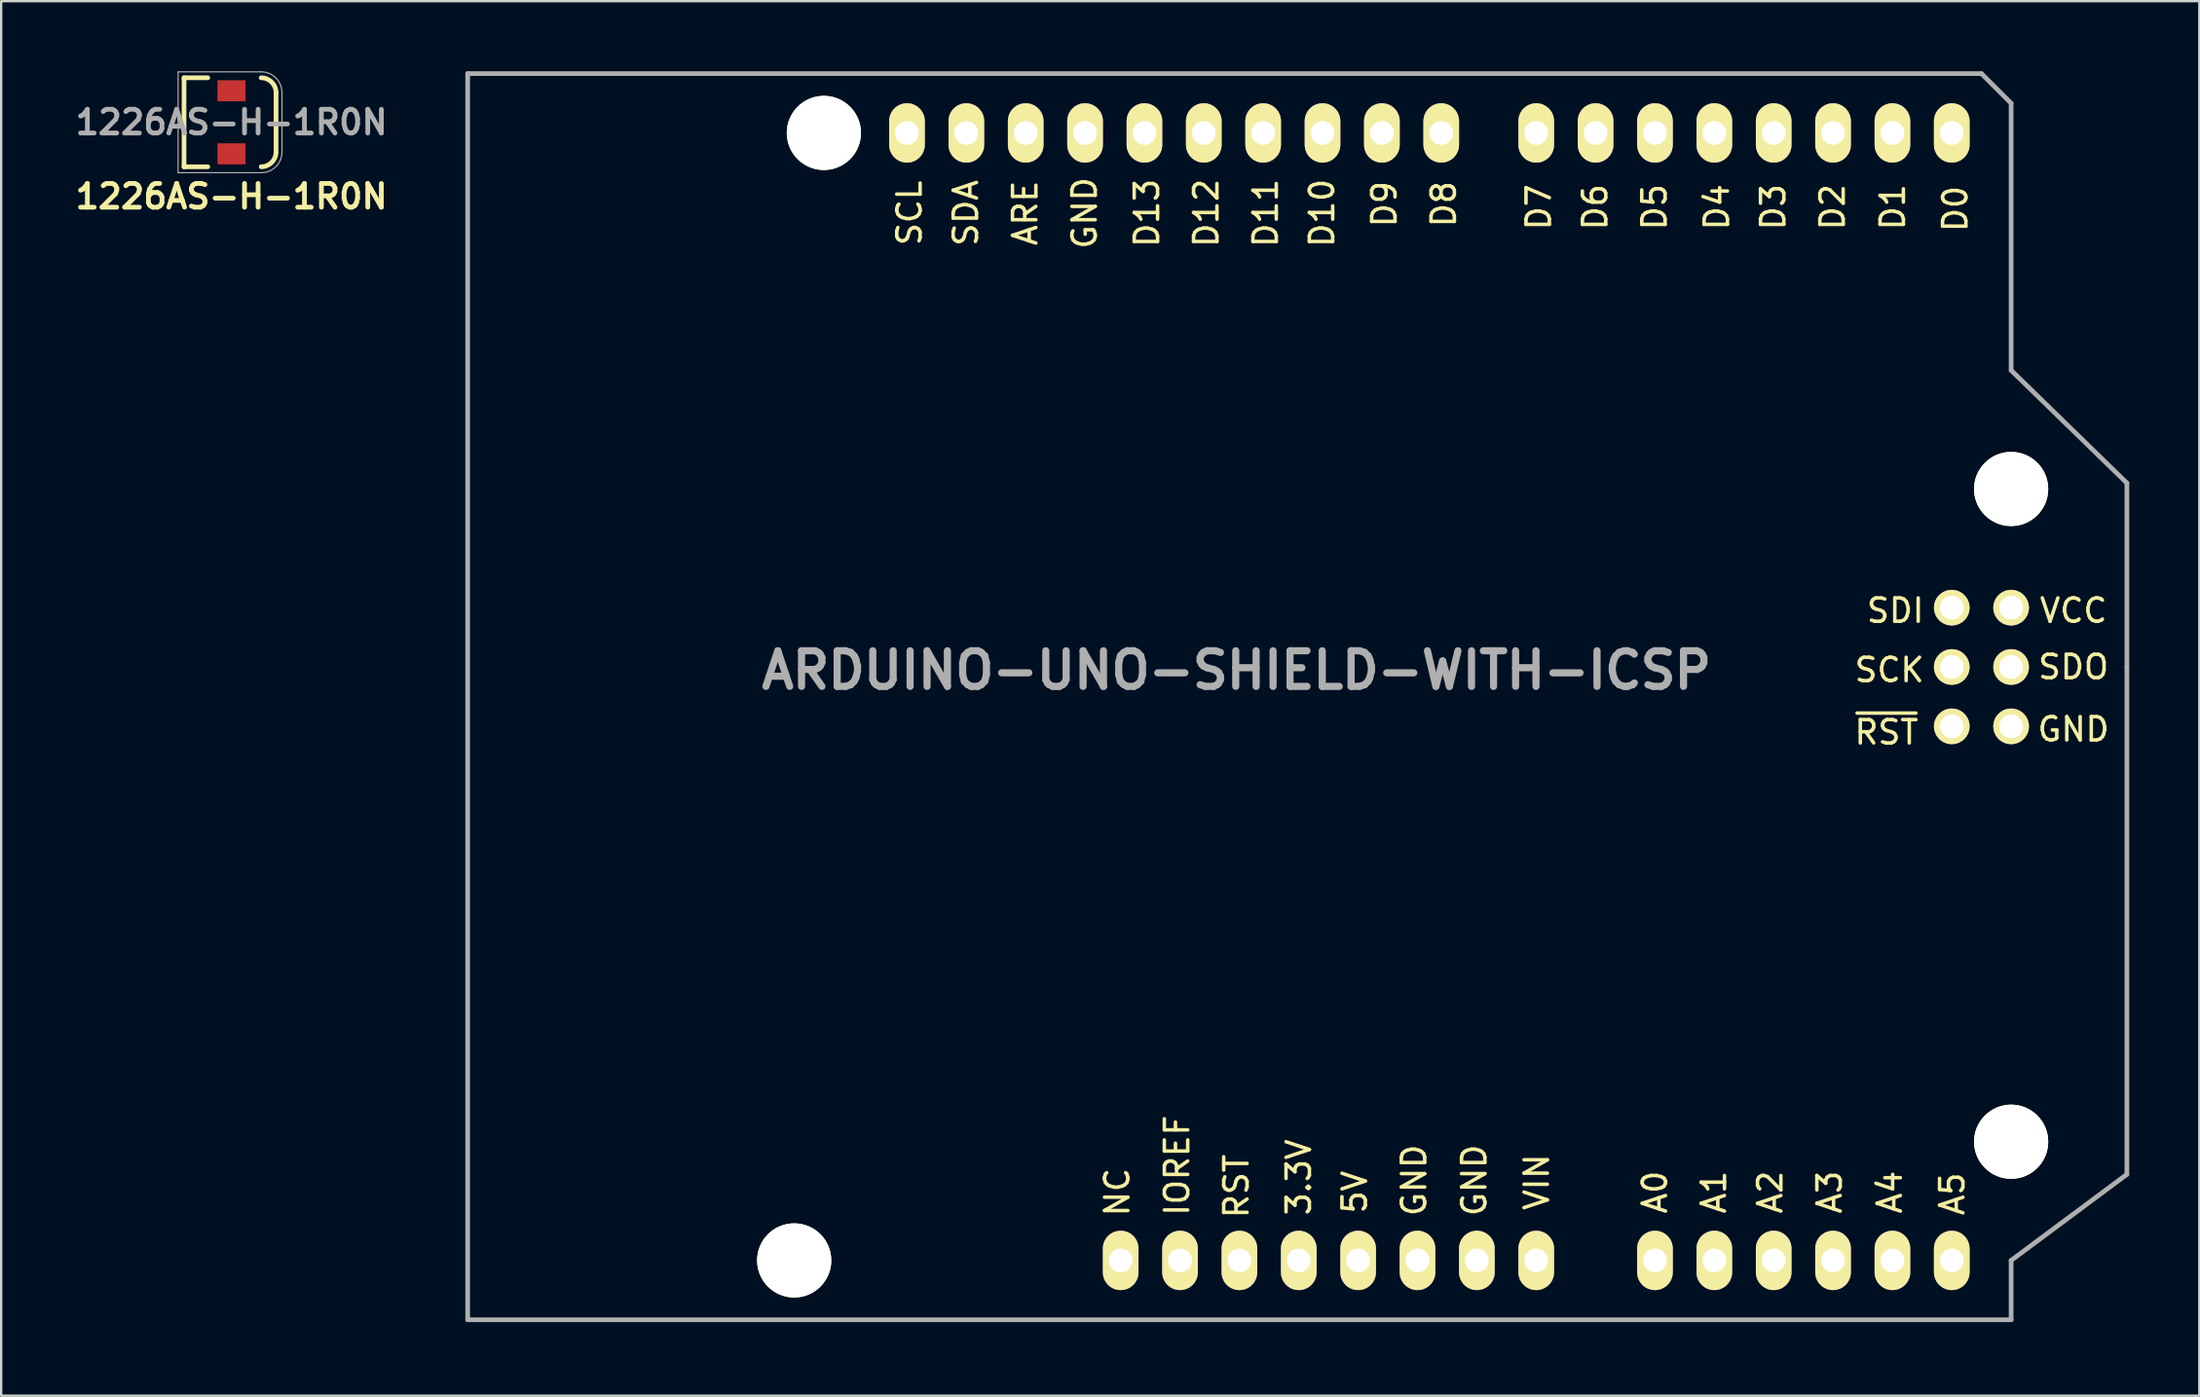
<source format=kicad_pcb>
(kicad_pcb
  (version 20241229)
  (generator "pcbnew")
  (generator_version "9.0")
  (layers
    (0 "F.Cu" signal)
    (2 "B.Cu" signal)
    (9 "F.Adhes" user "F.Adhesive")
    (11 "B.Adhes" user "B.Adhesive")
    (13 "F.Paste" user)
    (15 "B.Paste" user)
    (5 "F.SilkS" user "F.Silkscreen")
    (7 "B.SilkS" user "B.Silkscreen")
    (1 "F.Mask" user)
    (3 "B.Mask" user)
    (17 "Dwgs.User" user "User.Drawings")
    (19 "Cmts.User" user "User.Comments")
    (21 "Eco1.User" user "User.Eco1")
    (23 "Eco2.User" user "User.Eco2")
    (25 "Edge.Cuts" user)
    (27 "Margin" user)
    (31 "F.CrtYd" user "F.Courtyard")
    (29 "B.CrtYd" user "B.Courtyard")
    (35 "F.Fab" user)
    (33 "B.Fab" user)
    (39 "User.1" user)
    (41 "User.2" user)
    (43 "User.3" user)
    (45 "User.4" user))
  (footprint "1226AS-H-1R0N"
    (layer "F.Cu")
    (at 6.856 2.184)
    (property "Reference" "1226AS-H-1R0N" (at 0 0 0) (layer "F.Fab") (effects (font (size 1.016 1.016) (thickness 0.203))))
    (attr through_hole)
    (fp_line (start -2.032 -1.905) (end -2.032 1.905) (stroke (width 0.2) (type solid)) (layer "F.SilkS"))
    (fp_line (start -2.032 1.905) (end -1.016 1.905) (stroke (width 0.2) (type solid)) (layer "F.SilkS"))
    (fp_line (start -1.016 -1.905) (end -2.032 -1.905) (stroke (width 0.2) (type solid)) (layer "F.SilkS"))
    (fp_line (start 1.905 -1.27) (end 1.905 1.27) (stroke (width 0.2) (type solid)) (layer "F.SilkS"))
    (fp_arc (start 1.27 -1.905) (mid 1.719013 -1.719013) (end 1.905 -1.27) (stroke (width 0.2) (type solid)) (layer "F.SilkS"))
    (fp_arc (start 1.905 1.27) (mid 1.719013 1.719013) (end 1.27 1.905) (stroke (width 0.2) (type solid)) (layer "F.SilkS"))
    (fp_line (start -2.286 -2.159) (end 1.27 -2.159) (stroke (width 0.05) (type solid)) (layer "F.Fab"))
    (fp_line (start -2.286 2.159) (end -2.286 -2.159) (stroke (width 0.05) (type solid)) (layer "F.Fab"))
    (fp_line (start -2.286 2.159) (end 1.27 2.159) (stroke (width 0.05) (type solid)) (layer "F.Fab"))
    (fp_line (start 2.159 -1.27) (end 2.159 1.27) (stroke (width 0.05) (type solid)) (layer "F.Fab"))
    (fp_arc (start 1.27 -2.159) (mid 1.898618 -1.898618) (end 2.159 -1.27) (stroke (width 0.05) (type solid)) (layer "F.Fab"))
    (fp_arc (start 2.159 1.27) (mid 1.898618 1.898618) (end 1.27 2.159) (stroke (width 0.05) (type solid)) (layer "F.Fab"))
    (fp_text user "${REFERENCE}" (at 0 3.175 0) (layer "F.SilkS") (effects (font (size 1.016 1.016) (thickness 0.203))))
    (pad "1" smd rect (at 0 -1.35) (size 1.2 0.9) (layers "F.Cu" "F.Mask" "F.Paste"))
    (pad "2" smd rect (at 0 1.35) (size 1.2 0.9) (layers "F.Cu" "F.Mask" "F.Paste")))
  (footprint "ARDUINO-UNO-SHIELD-WITH-ICSP"
    (layer "F.Cu")
    (at 16.961 53.44)
    (property "Reference" "ARDUINO-UNO-SHIELD-WITH-ICSP" (at 32.9 -27.8 0) (layer "F.Fab") (effects (font (size 1.524 1.524) (thickness 0.305))))
    (attr through_hole)
    (fp_line (start 0 0) (end 0 -53.34) (stroke (width 0.2) (type solid)) (layer "F.Fab"))
    (fp_line (start 0 0) (end 66.04 0) (stroke (width 0.2) (type solid)) (layer "F.Fab"))
    (fp_line (start 64.77 -53.34) (end 0 -53.34) (stroke (width 0.2) (type solid)) (layer "F.Fab"))
    (fp_line (start 66.04 -52.07) (end 64.77 -53.34) (stroke (width 0.2) (type solid)) (layer "F.Fab"))
    (fp_line (start 66.04 -40.64) (end 66.04 -52.07) (stroke (width 0.2) (type solid)) (layer "F.Fab"))
    (fp_line (start 66.04 -40.64) (end 70.993 -35.814) (stroke (width 0.2) (type solid)) (layer "F.Fab"))
    (fp_line (start 66.04 -2.54) (end 66.04 0) (stroke (width 0.2) (type solid)) (layer "F.Fab"))
    (fp_line (start 66.04 -2.54) (end 70.993 -6.223) (stroke (width 0.2) (type solid)) (layer "F.Fab"))
    (fp_line (start 70.993 -35.814) (end 70.993 -27.94) (stroke (width 0.2) (type solid)) (layer "F.Fab"))
    (fp_line (start 70.993 -27.94) (end 70.993 -6.223) (stroke (width 0.2) (type solid)) (layer "F.Fab"))
    (fp_text user "IOREF" (at 30.353 -6.604 90) (layer "F.SilkS") (effects (font (size 1 1) (thickness 0.15))))
    (fp_text user "D9" (at 39.223 -47.752 90) (layer "F.SilkS") (effects (font (size 1 1) (thickness 0.15))))
    (fp_text user "3.3V" (at 35.56 -6.096 90) (layer "F.SilkS") (effects (font (size 1 1) (thickness 0.15))))
    (fp_text user "D7" (at 45.827 -47.625 90) (layer "F.SilkS") (effects (font (size 1 1) (thickness 0.15))))
    (fp_text user "D4" (at 53.447 -47.625 90) (layer "F.SilkS") (effects (font (size 1 1) (thickness 0.15))))
    (fp_text user "GND" (at 43.068 -5.969 90) (layer "F.SilkS") (effects (font (size 1 1) (thickness 0.15))))
    (fp_text user "NC" (at 27.793 -5.461 90) (layer "F.SilkS") (effects (font (size 1 1) (thickness 0.15))))
    (fp_text user "ARE" (at 23.856 -47.371 90) (layer "F.SilkS") (effects (font (size 1 1) (thickness 0.15))))
    (fp_text user "A3" (at 58.273 -5.461 90) (layer "F.SilkS") (effects (font (size 1 1) (thickness 0.15))))
    (fp_text user "A1" (at 53.32 -5.461 90) (layer "F.SilkS") (effects (font (size 1 1) (thickness 0.15))))
    (fp_text user "SDO" (at 68.707 -27.94 0) (layer "F.SilkS") (effects (font (size 1 1) (thickness 0.15))))
    (fp_text user "RST" (at 32.893 -5.715 90) (layer "F.SilkS") (effects (font (size 1 1) (thickness 0.15))))
    (fp_text user "SCL" (at 18.903 -47.371 90) (layer "F.SilkS") (effects (font (size 1 1) (thickness 0.15))))
    (fp_text user "GND" (at 40.493 -5.969 90) (layer "F.SilkS") (effects (font (size 1 1) (thickness 0.15))))
    (fp_text user "A2" (at 55.733 -5.461 90) (layer "F.SilkS") (effects (font (size 1 1) (thickness 0.15))))
    (fp_text user "D10" (at 36.556 -47.371 90) (layer "F.SilkS") (effects (font (size 1 1) (thickness 0.15))))
    (fp_text user "D2" (at 58.4 -47.625 90) (layer "F.SilkS") (effects (font (size 1 1) (thickness 0.15))))
    (fp_text user "A5" (at 63.523 -5.386 90) (layer "F.SilkS") (effects (font (size 1 1) (thickness 0.15))))
    (fp_text user "D6" (at 48.24 -47.625 90) (layer "F.SilkS") (effects (font (size 1 1) (thickness 0.15))))
    (fp_text user "D1" (at 60.975 -47.625 90) (layer "F.SilkS") (effects (font (size 1 1) (thickness 0.15))))
    (fp_text user "GND" (at 68.707 -25.273 0) (layer "F.SilkS") (effects (font (size 1 1) (thickness 0.15))))
    (fp_text user "D3" (at 55.86 -47.625 90) (layer "F.SilkS") (effects (font (size 1 1) (thickness 0.15))))
    (fp_text user "A4" (at 60.848 -5.461 90) (layer "F.SilkS") (effects (font (size 1 1) (thickness 0.15))))
    (fp_text user "D5" (at 50.78 -47.625 90) (layer "F.SilkS") (effects (font (size 1 1) (thickness 0.15))))
    (fp_text user "A0" (at 50.8 -5.461 90) (layer "F.SilkS") (effects (font (size 1 1) (thickness 0.15))))
    (fp_text user "D12" (at 31.603 -47.371 90) (layer "F.SilkS") (effects (font (size 1 1) (thickness 0.15))))
    (fp_text user "D13" (at 29.063 -47.371 90) (layer "F.SilkS") (effects (font (size 1 1) (thickness 0.15))))
    (fp_text user "SCK" (at 60.833 -27.813 0) (layer "F.SilkS") (effects (font (size 1 1) (thickness 0.15))))
    (fp_text user "D11" (at 34.143 -47.371 90) (layer "F.SilkS") (effects (font (size 1 1) (thickness 0.15))))
    (fp_text user "D8" (at 41.763 -47.752 90) (layer "F.SilkS") (effects (font (size 1 1) (thickness 0.15))))
    (fp_text user "5V" (at 37.953 -5.461 90) (layer "F.SilkS") (effects (font (size 1 1) (thickness 0.15))))
    (fp_text user "SDI" (at 61.087 -30.353 0) (layer "F.SilkS") (effects (font (size 1 1) (thickness 0.15))))
    (fp_text user "SDA" (at 21.316 -47.371 90) (layer "F.SilkS") (effects (font (size 1 1) (thickness 0.15))))
    (fp_text user "VCC" (at 68.707 -30.353 0) (layer "F.SilkS") (effects (font (size 1 1) (thickness 0.15))))
    (fp_text user "D0" (at 63.65 -47.55 90) (layer "F.SilkS") (effects (font (size 1 1) (thickness 0.15))))
    (fp_text user "~{RST}" (at 60.706 -25.146 0) (layer "F.SilkS") (effects (font (size 1 1) (thickness 0.15))))
    (fp_text user "GND" (at 26.396 -47.371 90) (layer "F.SilkS") (effects (font (size 1 1) (thickness 0.15))))
    (fp_text user "VIN" (at 45.743 -5.894 90) (layer "F.SilkS") (effects (font (size 1 1) (thickness 0.15))))
    (pad "" np_thru_hole circle (at 13.97 -2.54 90) (size 3.175 3.175) (drill 3.175) (layers "*.Cu" "*.Mask" "F.SilkS"))
    (pad "" np_thru_hole circle (at 15.24 -50.8 90) (size 3.175 3.175) (drill 3.175) (layers "*.Cu" "*.Mask" "F.SilkS"))
    (pad "" np_thru_hole circle (at 66.04 -35.56 90) (size 3.175 3.175) (drill 3.175) (layers "*.Cu" "*.Mask" "F.SilkS"))
    (pad "" np_thru_hole circle (at 66.04 -7.62 90) (size 3.175 3.175) (drill 3.175) (layers "*.Cu" "*.Mask" "F.SilkS"))
    (pad "3V3" thru_hole oval (at 35.56 -2.54 90) (size 2.54 1.524) (drill 1.016) (layers "*.Cu" "*.Mask" "F.SilkS"))
    (pad "5V" thru_hole oval (at 38.1 -2.54 90) (size 2.54 1.524) (drill 1.016) (layers "*.Cu" "*.Mask" "F.SilkS"))
    (pad "A0" thru_hole oval (at 50.8 -2.54 90) (size 2.54 1.524) (drill 1.016) (layers "*.Cu" "*.Mask" "F.SilkS"))
    (pad "A1" thru_hole oval (at 53.34 -2.54 90) (size 2.54 1.524) (drill 1.016) (layers "*.Cu" "*.Mask" "F.SilkS"))
    (pad "A2" thru_hole oval (at 55.88 -2.54 90) (size 2.54 1.524) (drill 1.016) (layers "*.Cu" "*.Mask" "F.SilkS"))
    (pad "A3" thru_hole oval (at 58.42 -2.54 90) (size 2.54 1.524) (drill 1.016) (layers "*.Cu" "*.Mask" "F.SilkS"))
    (pad "A4" thru_hole oval (at 60.96 -2.54 90) (size 2.54 1.524) (drill 1.016) (layers "*.Cu" "*.Mask" "F.SilkS"))
    (pad "A5" thru_hole oval (at 63.5 -2.54 90) (size 2.54 1.524) (drill 1.016) (layers "*.Cu" "*.Mask" "F.SilkS"))
    (pad "AREF" thru_hole oval (at 23.876 -50.8 90) (size 2.54 1.524) (drill 1.016) (layers "*.Cu" "*.Mask" "F.SilkS"))
    (pad "D0" thru_hole oval (at 63.5 -50.8 90) (size 2.54 1.524) (drill 1.016) (layers "*.Cu" "*.Mask" "F.SilkS"))
    (pad "D1" thru_hole oval (at 60.96 -50.8 90) (size 2.54 1.524) (drill 1.016) (layers "*.Cu" "*.Mask" "F.SilkS"))
    (pad "D2" thru_hole oval (at 58.42 -50.8 90) (size 2.54 1.524) (drill 1.016) (layers "*.Cu" "*.Mask" "F.SilkS"))
    (pad "D3" thru_hole oval (at 55.88 -50.8 90) (size 2.54 1.524) (drill 1.016) (layers "*.Cu" "*.Mask" "F.SilkS"))
    (pad "D4" thru_hole oval (at 53.34 -50.8 90) (size 2.54 1.524) (drill 1.016) (layers "*.Cu" "*.Mask" "F.SilkS"))
    (pad "D5" thru_hole oval (at 50.8 -50.8 90) (size 2.54 1.524) (drill 1.016) (layers "*.Cu" "*.Mask" "F.SilkS"))
    (pad "D6" thru_hole oval (at 48.26 -50.8 90) (size 2.54 1.524) (drill 1.016) (layers "*.Cu" "*.Mask" "F.SilkS"))
    (pad "D7" thru_hole oval (at 45.72 -50.8 90) (size 2.54 1.524) (drill 1.016) (layers "*.Cu" "*.Mask" "F.SilkS"))
    (pad "D8" thru_hole oval (at 41.656 -50.8 90) (size 2.54 1.524) (drill 1.016) (layers "*.Cu" "*.Mask" "F.SilkS"))
    (pad "D9" thru_hole oval (at 39.116 -50.8 90) (size 2.54 1.524) (drill 1.016) (layers "*.Cu" "*.Mask" "F.SilkS"))
    (pad "D10" thru_hole oval (at 36.576 -50.8 90) (size 2.54 1.524) (drill 1.016) (layers "*.Cu" "*.Mask" "F.SilkS"))
    (pad "D11" thru_hole oval (at 34.036 -50.8 90) (size 2.54 1.524) (drill 1.016) (layers "*.Cu" "*.Mask" "F.SilkS"))
    (pad "D12" thru_hole oval (at 31.496 -50.8 90) (size 2.54 1.524) (drill 1.016) (layers "*.Cu" "*.Mask" "F.SilkS"))
    (pad "D13" thru_hole oval (at 28.956 -50.8 90) (size 2.54 1.524) (drill 1.016) (layers "*.Cu" "*.Mask" "F.SilkS"))
    (pad "GND1" thru_hole oval (at 40.64 -2.54 90) (size 2.54 1.524) (drill 1.016) (layers "*.Cu" "*.Mask" "F.SilkS"))
    (pad "GND2" thru_hole oval (at 43.18 -2.54 90) (size 2.54 1.524) (drill 1.016) (layers "*.Cu" "*.Mask" "F.SilkS"))
    (pad "GND3" thru_hole oval (at 26.416 -50.8 90) (size 2.54 1.524) (drill 1.016) (layers "*.Cu" "*.Mask" "F.SilkS"))
    (pad "IO" thru_hole oval (at 30.48 -2.54 90) (size 2.54 1.524) (drill 1.016) (layers "*.Cu" "*.Mask" "F.SilkS"))
    (pad "NC" thru_hole oval (at 27.94 -2.54 90) (size 2.54 1.524) (drill 1.016) (layers "*.Cu" "*.Mask" "F.SilkS"))
    (pad "RST" thru_hole oval (at 33.02 -2.54 90) (size 2.54 1.524) (drill 1.016) (layers "*.Cu" "*.Mask" "F.SilkS"))
    (pad "SCL" thru_hole oval (at 18.796 -50.8 90) (size 2.54 1.524) (drill 1.016) (layers "*.Cu" "*.Mask" "F.SilkS"))
    (pad "SDA" thru_hole oval (at 21.336 -50.8 90) (size 2.54 1.524) (drill 1.016) (layers "*.Cu" "*.Mask" "F.SilkS"))
    (pad "SP1" thru_hole circle (at 63.5 -30.48 90) (size 1.524 1.524) (drill 1.016) (layers "*.Cu" "*.Mask" "F.SilkS"))
    (pad "SP2" thru_hole circle (at 66.04 -30.48 90) (size 1.524 1.524) (drill 1.016) (layers "*.Cu" "*.Mask" "F.SilkS"))
    (pad "SP3" thru_hole circle (at 63.5 -27.94 90) (size 1.524 1.524) (drill 1.016) (layers "*.Cu" "*.Mask" "F.SilkS"))
    (pad "SP4" thru_hole circle (at 66.04 -27.94 90) (size 1.524 1.524) (drill 1.016) (layers "*.Cu" "*.Mask" "F.SilkS"))
    (pad "SP5" thru_hole circle (at 63.5 -25.4 90) (size 1.524 1.524) (drill 1.016) (layers "*.Cu" "*.Mask" "F.SilkS"))
    (pad "SP6" thru_hole circle (at 66.04 -25.4 90) (size 1.524 1.524) (drill 1.016) (layers "*.Cu" "*.Mask" "F.SilkS"))
    (pad "VIN" thru_hole oval (at 45.72 -2.54 90) (size 2.54 1.524) (drill 1.016) (layers "*.Cu" "*.Mask" "F.SilkS")))
  (gr_rect
    (start -3 -3)
    (end 91.054 56.69)
    (stroke (width 0.1) (type default))
    (fill no)
    (layer "Edge.Cuts")))
</source>
